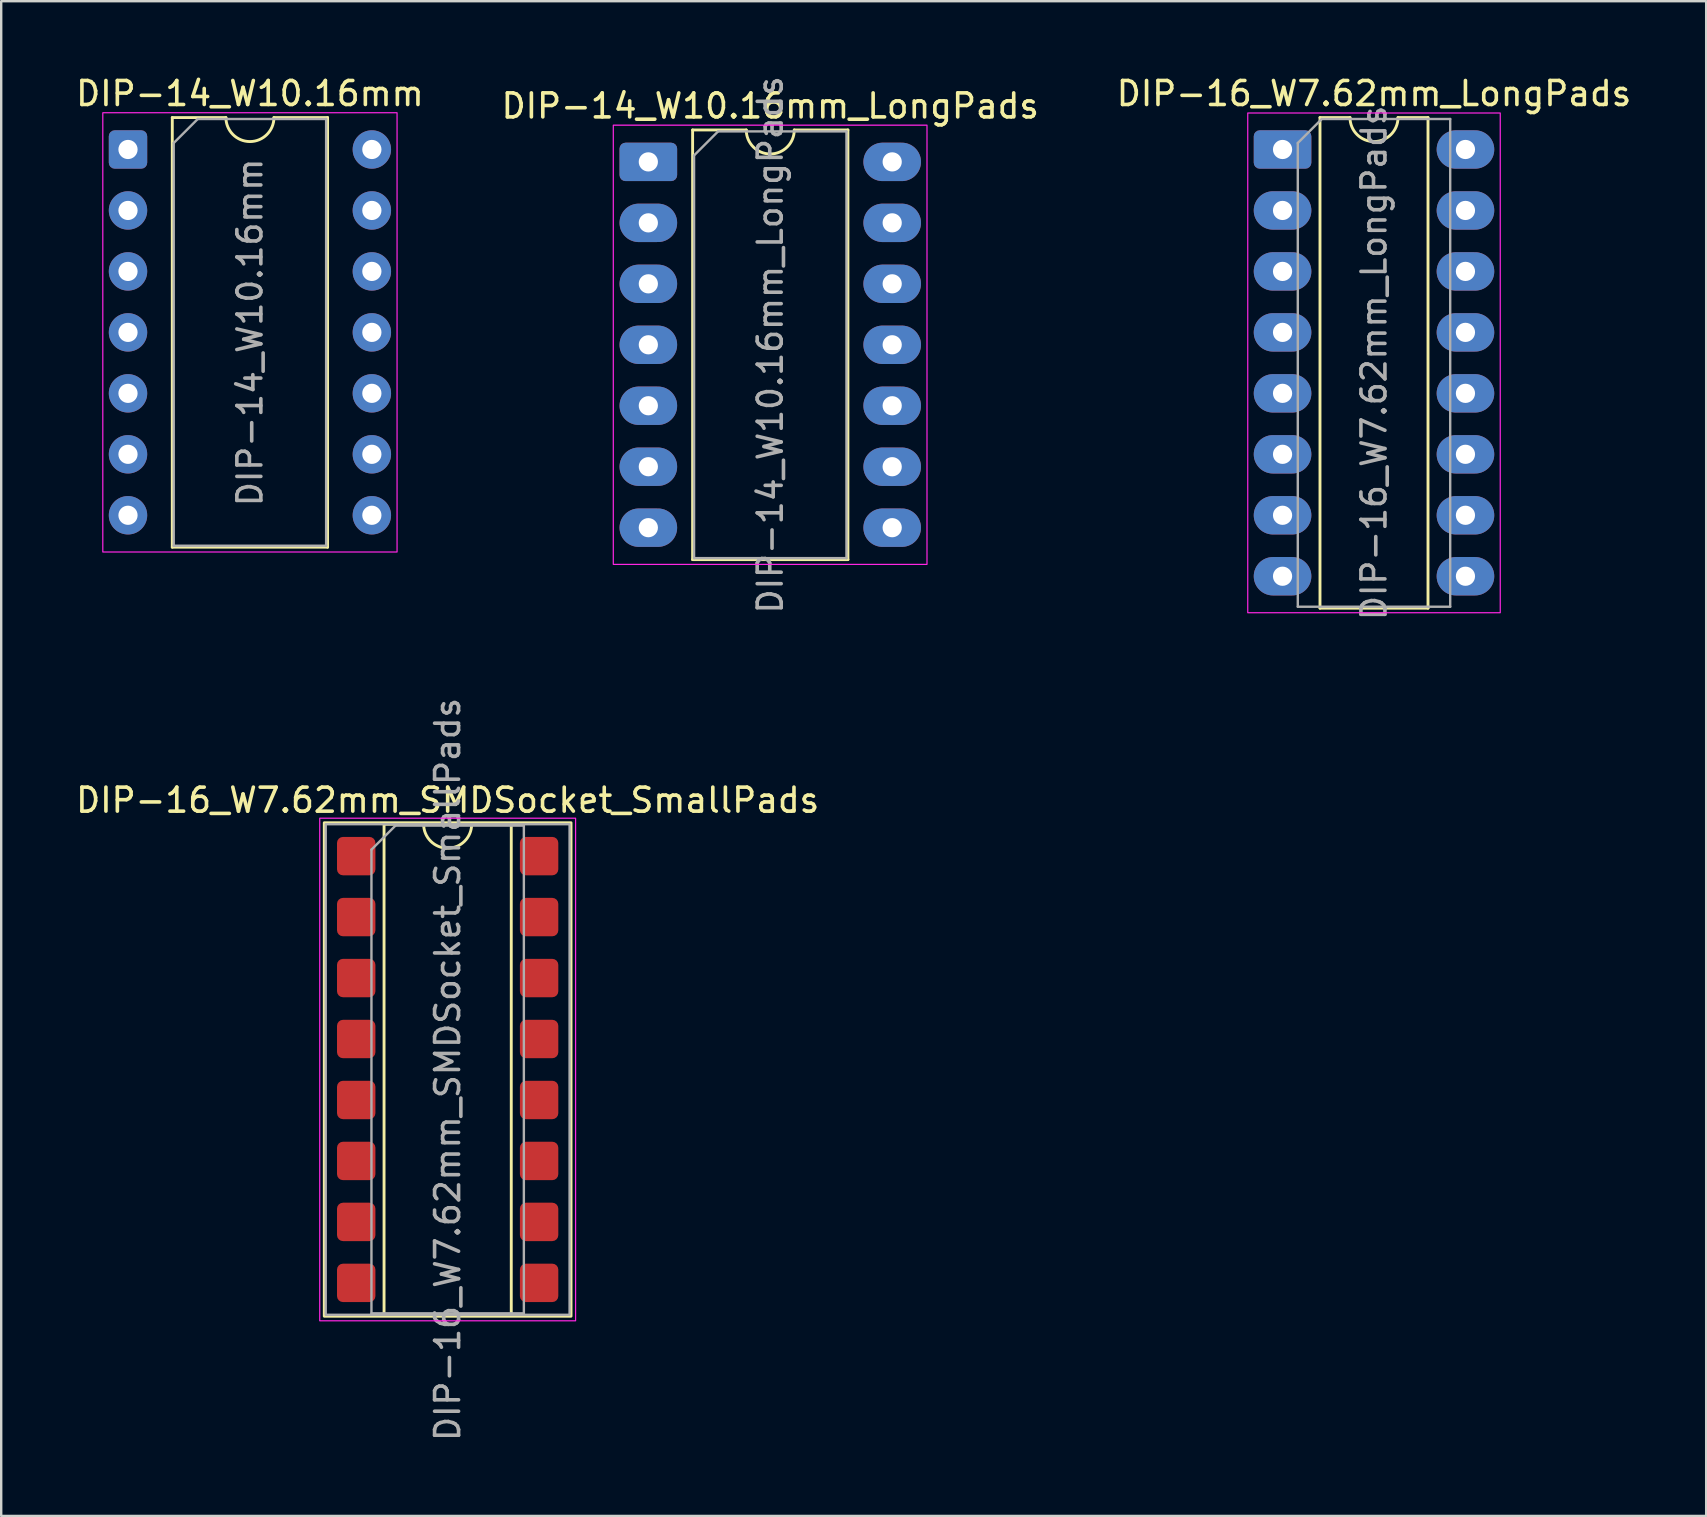
<source format=kicad_pcb>
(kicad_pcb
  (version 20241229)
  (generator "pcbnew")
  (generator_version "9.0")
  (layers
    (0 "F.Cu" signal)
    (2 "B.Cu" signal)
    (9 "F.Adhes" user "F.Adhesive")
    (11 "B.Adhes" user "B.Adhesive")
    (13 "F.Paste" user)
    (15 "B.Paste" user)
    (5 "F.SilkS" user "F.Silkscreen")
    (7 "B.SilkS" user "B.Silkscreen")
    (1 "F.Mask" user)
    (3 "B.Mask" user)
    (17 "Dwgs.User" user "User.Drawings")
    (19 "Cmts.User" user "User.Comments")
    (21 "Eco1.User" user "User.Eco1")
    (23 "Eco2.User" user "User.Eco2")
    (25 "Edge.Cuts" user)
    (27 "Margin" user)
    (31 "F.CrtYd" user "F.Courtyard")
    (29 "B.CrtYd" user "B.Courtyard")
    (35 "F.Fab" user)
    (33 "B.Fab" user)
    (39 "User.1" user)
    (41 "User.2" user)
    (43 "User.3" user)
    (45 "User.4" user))
  (footprint "DIP-14_W10.16mm"
    (layer "F.Cu")
    (at 2.283 3.178)
    (property "Reference" "DIP-14_W10.16mm" (at 5.08 -2.33 0) (layer "F.SilkS") (effects (font (size 1 1) (thickness 0.15))))
    (attr through_hole)
    (fp_line (start 1.845 -1.33) (end 1.845 16.57) (stroke (width 0.12) (type solid)) (layer "F.SilkS"))
    (fp_line (start 1.845 16.57) (end 8.315 16.57) (stroke (width 0.12) (type solid)) (layer "F.SilkS"))
    (fp_line (start 4.08 -1.33) (end 1.845 -1.33) (stroke (width 0.12) (type solid)) (layer "F.SilkS"))
    (fp_line (start 8.315 -1.33) (end 6.08 -1.33) (stroke (width 0.12) (type solid)) (layer "F.SilkS"))
    (fp_line (start 8.315 16.57) (end 8.315 -1.33) (stroke (width 0.12) (type solid)) (layer "F.SilkS"))
    (fp_arc (start 6.08 -1.33) (mid 5.08 -0.33) (end 4.08 -1.33) (stroke (width 0.12) (type solid)) (layer "F.SilkS"))
    (fp_rect (start -1.05 -1.53) (end 11.21 16.77) (stroke (width 0.05) (type solid)) (fill no) (layer "F.CrtYd"))
    (fp_line (start 1.905 -0.27) (end 2.905 -1.27) (stroke (width 0.1) (type solid)) (layer "F.Fab"))
    (fp_line (start 1.905 16.51) (end 1.905 -0.27) (stroke (width 0.1) (type solid)) (layer "F.Fab"))
    (fp_line (start 2.905 -1.27) (end 8.255 -1.27) (stroke (width 0.1) (type solid)) (layer "F.Fab"))
    (fp_line (start 8.255 -1.27) (end 8.255 16.51) (stroke (width 0.1) (type solid)) (layer "F.Fab"))
    (fp_line (start 8.255 16.51) (end 1.905 16.51) (stroke (width 0.1) (type solid)) (layer "F.Fab"))
    (fp_text user "${REFERENCE}" (at 5.08 7.62 90) (layer "F.Fab") (effects (font (size 1 1) (thickness 0.15))))
    (pad "1" thru_hole roundrect (at 0 0) (size 1.6 1.6) (drill 0.8) (layers "*.Cu" "*.Mask") (roundrect_rratio 0.156))
    (pad "2" thru_hole circle (at 0 2.54) (size 1.6 1.6) (drill 0.8) (layers "*.Cu" "*.Mask"))
    (pad "3" thru_hole circle (at 0 5.08) (size 1.6 1.6) (drill 0.8) (layers "*.Cu" "*.Mask"))
    (pad "4" thru_hole circle (at 0 7.62) (size 1.6 1.6) (drill 0.8) (layers "*.Cu" "*.Mask"))
    (pad "5" thru_hole circle (at 0 10.16) (size 1.6 1.6) (drill 0.8) (layers "*.Cu" "*.Mask"))
    (pad "6" thru_hole circle (at 0 12.7) (size 1.6 1.6) (drill 0.8) (layers "*.Cu" "*.Mask"))
    (pad "7" thru_hole circle (at 0 15.24) (size 1.6 1.6) (drill 0.8) (layers "*.Cu" "*.Mask"))
    (pad "8" thru_hole circle (at 10.16 15.24) (size 1.6 1.6) (drill 0.8) (layers "*.Cu" "*.Mask"))
    (pad "9" thru_hole circle (at 10.16 12.7) (size 1.6 1.6) (drill 0.8) (layers "*.Cu" "*.Mask"))
    (pad "10" thru_hole circle (at 10.16 10.16) (size 1.6 1.6) (drill 0.8) (layers "*.Cu" "*.Mask"))
    (pad "11" thru_hole circle (at 10.16 7.62) (size 1.6 1.6) (drill 0.8) (layers "*.Cu" "*.Mask"))
    (pad "12" thru_hole circle (at 10.16 5.08) (size 1.6 1.6) (drill 0.8) (layers "*.Cu" "*.Mask"))
    (pad "13" thru_hole circle (at 10.16 2.54) (size 1.6 1.6) (drill 0.8) (layers "*.Cu" "*.Mask"))
    (pad "14" thru_hole circle (at 10.16 0) (size 1.6 1.6) (drill 0.8) (layers "*.Cu" "*.Mask")))
  (footprint "DIP-16_W7.62mm_SMDSocket_SmallPads"
    (layer "F.Cu")
    (at 15.601 41.509)
    (property "Reference" "DIP-16_W7.62mm_SMDSocket_SmallPads" (at 0 -11.22 0) (layer "F.SilkS") (effects (font (size 1 1) (thickness 0.15))))
    (attr smd)
    (fp_line (start -2.65 -10.22) (end -2.65 10.22) (stroke (width 0.12) (type solid)) (layer "F.SilkS"))
    (fp_line (start -2.65 10.22) (end 2.65 10.22) (stroke (width 0.12) (type solid)) (layer "F.SilkS"))
    (fp_line (start -1 -10.22) (end -2.65 -10.22) (stroke (width 0.12) (type solid)) (layer "F.SilkS"))
    (fp_line (start 2.65 -10.22) (end 1 -10.22) (stroke (width 0.12) (type solid)) (layer "F.SilkS"))
    (fp_line (start 2.65 10.22) (end 2.65 -10.22) (stroke (width 0.12) (type solid)) (layer "F.SilkS"))
    (fp_rect (start -5.14 -10.28) (end 5.14 10.28) (stroke (width 0.12) (type solid)) (fill no) (layer "F.SilkS"))
    (fp_arc (start 1 -10.22) (mid 0 -9.22) (end -1 -10.22) (stroke (width 0.12) (type solid)) (layer "F.SilkS"))
    (fp_rect (start -5.33 -10.47) (end 5.33 10.47) (stroke (width 0.05) (type solid)) (fill no) (layer "F.CrtYd"))
    (fp_line (start -3.175 -9.16) (end -2.175 -10.16) (stroke (width 0.1) (type solid)) (layer "F.Fab"))
    (fp_line (start -3.175 10.16) (end -3.175 -9.16) (stroke (width 0.1) (type solid)) (layer "F.Fab"))
    (fp_line (start -2.175 -10.16) (end 3.175 -10.16) (stroke (width 0.1) (type solid)) (layer "F.Fab"))
    (fp_line (start 3.175 -10.16) (end 3.175 10.16) (stroke (width 0.1) (type solid)) (layer "F.Fab"))
    (fp_line (start 3.175 10.16) (end -3.175 10.16) (stroke (width 0.1) (type solid)) (layer "F.Fab"))
    (fp_rect (start -5.08 -10.22) (end 5.08 10.22) (stroke (width 0.1) (type solid)) (fill no) (layer "F.Fab"))
    (fp_text user "${REFERENCE}" (at 0 0 90) (layer "F.Fab") (effects (font (size 1 1) (thickness 0.15))))
    (pad "1" smd roundrect (at -3.81 -8.89) (size 1.6 1.6) (layers "F.Cu" "F.Mask" "F.Paste") (roundrect_rratio 0.156))
    (pad "2" smd roundrect (at -3.81 -6.35) (size 1.6 1.6) (layers "F.Cu" "F.Mask" "F.Paste") (roundrect_rratio 0.156))
    (pad "3" smd roundrect (at -3.81 -3.81) (size 1.6 1.6) (layers "F.Cu" "F.Mask" "F.Paste") (roundrect_rratio 0.156))
    (pad "4" smd roundrect (at -3.81 -1.27) (size 1.6 1.6) (layers "F.Cu" "F.Mask" "F.Paste") (roundrect_rratio 0.156))
    (pad "5" smd roundrect (at -3.81 1.27) (size 1.6 1.6) (layers "F.Cu" "F.Mask" "F.Paste") (roundrect_rratio 0.156))
    (pad "6" smd roundrect (at -3.81 3.81) (size 1.6 1.6) (layers "F.Cu" "F.Mask" "F.Paste") (roundrect_rratio 0.156))
    (pad "7" smd roundrect (at -3.81 6.35) (size 1.6 1.6) (layers "F.Cu" "F.Mask" "F.Paste") (roundrect_rratio 0.156))
    (pad "8" smd roundrect (at -3.81 8.89) (size 1.6 1.6) (layers "F.Cu" "F.Mask" "F.Paste") (roundrect_rratio 0.156))
    (pad "9" smd roundrect (at 3.81 8.89) (size 1.6 1.6) (layers "F.Cu" "F.Mask" "F.Paste") (roundrect_rratio 0.156))
    (pad "10" smd roundrect (at 3.81 6.35) (size 1.6 1.6) (layers "F.Cu" "F.Mask" "F.Paste") (roundrect_rratio 0.156))
    (pad "11" smd roundrect (at 3.81 3.81) (size 1.6 1.6) (layers "F.Cu" "F.Mask" "F.Paste") (roundrect_rratio 0.156))
    (pad "12" smd roundrect (at 3.81 1.27) (size 1.6 1.6) (layers "F.Cu" "F.Mask" "F.Paste") (roundrect_rratio 0.156))
    (pad "13" smd roundrect (at 3.81 -1.27) (size 1.6 1.6) (layers "F.Cu" "F.Mask" "F.Paste") (roundrect_rratio 0.156))
    (pad "14" smd roundrect (at 3.81 -3.81) (size 1.6 1.6) (layers "F.Cu" "F.Mask" "F.Paste") (roundrect_rratio 0.156))
    (pad "15" smd roundrect (at 3.81 -6.35) (size 1.6 1.6) (layers "F.Cu" "F.Mask" "F.Paste") (roundrect_rratio 0.156))
    (pad "16" smd roundrect (at 3.81 -8.89) (size 1.6 1.6) (layers "F.Cu" "F.Mask" "F.Paste") (roundrect_rratio 0.156)))
  (footprint "DIP-16_W7.62mm_LongPads"
    (layer "F.Cu")
    (at 50.386 3.178)
    (property "Reference" "DIP-16_W7.62mm_LongPads" (at 3.81 -2.33 0) (layer "F.SilkS") (effects (font (size 1 1) (thickness 0.15))))
    (attr through_hole)
    (fp_line (start 1.56 -1.33) (end 1.56 19.11) (stroke (width 0.12) (type solid)) (layer "F.SilkS"))
    (fp_line (start 1.56 19.11) (end 6.06 19.11) (stroke (width 0.12) (type solid)) (layer "F.SilkS"))
    (fp_line (start 2.81 -1.33) (end 1.56 -1.33) (stroke (width 0.12) (type solid)) (layer "F.SilkS"))
    (fp_line (start 6.06 -1.33) (end 4.81 -1.33) (stroke (width 0.12) (type solid)) (layer "F.SilkS"))
    (fp_line (start 6.06 19.11) (end 6.06 -1.33) (stroke (width 0.12) (type solid)) (layer "F.SilkS"))
    (fp_arc (start 4.81 -1.33) (mid 3.81 -0.33) (end 2.81 -1.33) (stroke (width 0.12) (type solid)) (layer "F.SilkS"))
    (fp_rect (start -1.45 -1.52) (end 9.07 19.3) (stroke (width 0.05) (type solid)) (fill no) (layer "F.CrtYd"))
    (fp_line (start 0.635 -0.27) (end 1.635 -1.27) (stroke (width 0.1) (type solid)) (layer "F.Fab"))
    (fp_line (start 0.635 19.05) (end 0.635 -0.27) (stroke (width 0.1) (type solid)) (layer "F.Fab"))
    (fp_line (start 1.635 -1.27) (end 6.985 -1.27) (stroke (width 0.1) (type solid)) (layer "F.Fab"))
    (fp_line (start 6.985 -1.27) (end 6.985 19.05) (stroke (width 0.1) (type solid)) (layer "F.Fab"))
    (fp_line (start 6.985 19.05) (end 0.635 19.05) (stroke (width 0.1) (type solid)) (layer "F.Fab"))
    (fp_text user "${REFERENCE}" (at 3.81 8.89 90) (layer "F.Fab") (effects (font (size 1 1) (thickness 0.15))))
    (pad "1" thru_hole roundrect (at 0 0) (size 2.4 1.6) (drill 0.8) (layers "*.Cu" "*.Mask") (roundrect_rratio 0.156))
    (pad "2" thru_hole oval (at 0 2.54) (size 2.4 1.6) (drill 0.8) (layers "*.Cu" "*.Mask"))
    (pad "3" thru_hole oval (at 0 5.08) (size 2.4 1.6) (drill 0.8) (layers "*.Cu" "*.Mask"))
    (pad "4" thru_hole oval (at 0 7.62) (size 2.4 1.6) (drill 0.8) (layers "*.Cu" "*.Mask"))
    (pad "5" thru_hole oval (at 0 10.16) (size 2.4 1.6) (drill 0.8) (layers "*.Cu" "*.Mask"))
    (pad "6" thru_hole oval (at 0 12.7) (size 2.4 1.6) (drill 0.8) (layers "*.Cu" "*.Mask"))
    (pad "7" thru_hole oval (at 0 15.24) (size 2.4 1.6) (drill 0.8) (layers "*.Cu" "*.Mask"))
    (pad "8" thru_hole oval (at 0 17.78) (size 2.4 1.6) (drill 0.8) (layers "*.Cu" "*.Mask"))
    (pad "9" thru_hole oval (at 7.62 17.78) (size 2.4 1.6) (drill 0.8) (layers "*.Cu" "*.Mask"))
    (pad "10" thru_hole oval (at 7.62 15.24) (size 2.4 1.6) (drill 0.8) (layers "*.Cu" "*.Mask"))
    (pad "11" thru_hole oval (at 7.62 12.7) (size 2.4 1.6) (drill 0.8) (layers "*.Cu" "*.Mask"))
    (pad "12" thru_hole oval (at 7.62 10.16) (size 2.4 1.6) (drill 0.8) (layers "*.Cu" "*.Mask"))
    (pad "13" thru_hole oval (at 7.62 7.62) (size 2.4 1.6) (drill 0.8) (layers "*.Cu" "*.Mask"))
    (pad "14" thru_hole oval (at 7.62 5.08) (size 2.4 1.6) (drill 0.8) (layers "*.Cu" "*.Mask"))
    (pad "15" thru_hole oval (at 7.62 2.54) (size 2.4 1.6) (drill 0.8) (layers "*.Cu" "*.Mask"))
    (pad "16" thru_hole oval (at 7.62 0) (size 2.4 1.6) (drill 0.8) (layers "*.Cu" "*.Mask")))
  (footprint "DIP-14_W10.16mm_LongPads"
    (layer "F.Cu")
    (at 23.962 3.695)
    (property "Reference" "DIP-14_W10.16mm_LongPads" (at 5.08 -2.33 0) (layer "F.SilkS") (effects (font (size 1 1) (thickness 0.15))))
    (attr through_hole)
    (fp_line (start 1.845 -1.33) (end 1.845 16.57) (stroke (width 0.12) (type solid)) (layer "F.SilkS"))
    (fp_line (start 1.845 16.57) (end 8.315 16.57) (stroke (width 0.12) (type solid)) (layer "F.SilkS"))
    (fp_line (start 4.08 -1.33) (end 1.845 -1.33) (stroke (width 0.12) (type solid)) (layer "F.SilkS"))
    (fp_line (start 8.315 -1.33) (end 6.08 -1.33) (stroke (width 0.12) (type solid)) (layer "F.SilkS"))
    (fp_line (start 8.315 16.57) (end 8.315 -1.33) (stroke (width 0.12) (type solid)) (layer "F.SilkS"))
    (fp_arc (start 6.08 -1.33) (mid 5.08 -0.33) (end 4.08 -1.33) (stroke (width 0.12) (type solid)) (layer "F.SilkS"))
    (fp_rect (start -1.46 -1.53) (end 11.61 16.77) (stroke (width 0.05) (type solid)) (fill no) (layer "F.CrtYd"))
    (fp_line (start 1.905 -0.27) (end 2.905 -1.27) (stroke (width 0.1) (type solid)) (layer "F.Fab"))
    (fp_line (start 1.905 16.51) (end 1.905 -0.27) (stroke (width 0.1) (type solid)) (layer "F.Fab"))
    (fp_line (start 2.905 -1.27) (end 8.255 -1.27) (stroke (width 0.1) (type solid)) (layer "F.Fab"))
    (fp_line (start 8.255 -1.27) (end 8.255 16.51) (stroke (width 0.1) (type solid)) (layer "F.Fab"))
    (fp_line (start 8.255 16.51) (end 1.905 16.51) (stroke (width 0.1) (type solid)) (layer "F.Fab"))
    (fp_text user "${REFERENCE}" (at 5.08 7.62 90) (layer "F.Fab") (effects (font (size 1 1) (thickness 0.15))))
    (pad "1" thru_hole roundrect (at 0 0) (size 2.4 1.6) (drill 0.8) (layers "*.Cu" "*.Mask") (roundrect_rratio 0.156))
    (pad "2" thru_hole oval (at 0 2.54) (size 2.4 1.6) (drill 0.8) (layers "*.Cu" "*.Mask"))
    (pad "3" thru_hole oval (at 0 5.08) (size 2.4 1.6) (drill 0.8) (layers "*.Cu" "*.Mask"))
    (pad "4" thru_hole oval (at 0 7.62) (size 2.4 1.6) (drill 0.8) (layers "*.Cu" "*.Mask"))
    (pad "5" thru_hole oval (at 0 10.16) (size 2.4 1.6) (drill 0.8) (layers "*.Cu" "*.Mask"))
    (pad "6" thru_hole oval (at 0 12.7) (size 2.4 1.6) (drill 0.8) (layers "*.Cu" "*.Mask"))
    (pad "7" thru_hole oval (at 0 15.24) (size 2.4 1.6) (drill 0.8) (layers "*.Cu" "*.Mask"))
    (pad "8" thru_hole oval (at 10.16 15.24) (size 2.4 1.6) (drill 0.8) (layers "*.Cu" "*.Mask"))
    (pad "9" thru_hole oval (at 10.16 12.7) (size 2.4 1.6) (drill 0.8) (layers "*.Cu" "*.Mask"))
    (pad "10" thru_hole oval (at 10.16 10.16) (size 2.4 1.6) (drill 0.8) (layers "*.Cu" "*.Mask"))
    (pad "11" thru_hole oval (at 10.16 7.62) (size 2.4 1.6) (drill 0.8) (layers "*.Cu" "*.Mask"))
    (pad "12" thru_hole oval (at 10.16 5.08) (size 2.4 1.6) (drill 0.8) (layers "*.Cu" "*.Mask"))
    (pad "13" thru_hole oval (at 10.16 2.54) (size 2.4 1.6) (drill 0.8) (layers "*.Cu" "*.Mask"))
    (pad "14" thru_hole oval (at 10.16 0) (size 2.4 1.6) (drill 0.8) (layers "*.Cu" "*.Mask")))
  (gr_rect
    (start -3 -3)
    (end 68.036 60.11)
    (stroke (width 0.1) (type default))
    (fill no)
    (layer "Edge.Cuts")))
</source>
